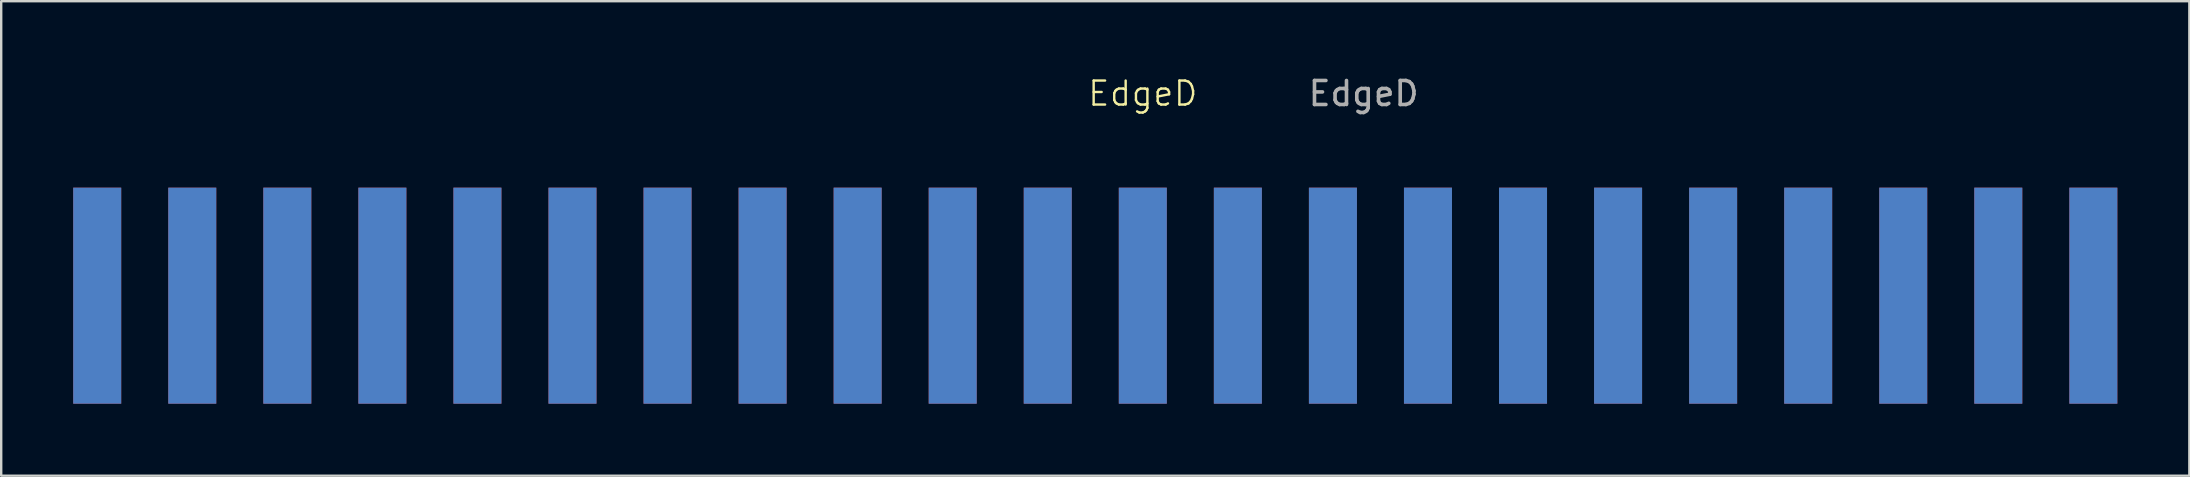
<source format=kicad_pcb>
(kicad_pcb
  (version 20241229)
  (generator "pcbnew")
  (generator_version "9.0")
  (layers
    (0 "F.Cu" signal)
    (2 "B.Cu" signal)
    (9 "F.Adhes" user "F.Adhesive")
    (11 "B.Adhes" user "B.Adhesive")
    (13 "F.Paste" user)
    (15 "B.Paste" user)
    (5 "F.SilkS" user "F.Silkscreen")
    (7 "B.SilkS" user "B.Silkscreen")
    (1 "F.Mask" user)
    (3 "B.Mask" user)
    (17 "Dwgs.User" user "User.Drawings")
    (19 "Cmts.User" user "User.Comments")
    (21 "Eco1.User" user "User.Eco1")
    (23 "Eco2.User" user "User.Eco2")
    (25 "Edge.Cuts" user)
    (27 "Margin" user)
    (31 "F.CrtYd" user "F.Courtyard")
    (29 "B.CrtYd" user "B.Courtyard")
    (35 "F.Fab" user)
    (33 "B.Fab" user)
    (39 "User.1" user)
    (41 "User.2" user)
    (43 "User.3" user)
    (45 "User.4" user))
  (footprint "EdgeD"
    (layer "F.Cu")
    (at 44.56 1.348)
    (property "Reference" "EdgeD" (at 0 -0.5 0) (unlocked yes) (layer "F.SilkS") (effects (font (size 1 1) (thickness 0.1))))
    (attr smd)
    (fp_text user "${REFERENCE}" (at 9.2 -0.5 0) (unlocked yes) (layer "F.Fab") (effects (font (size 1 1) (thickness 0.15))))
    (pad "1" smd rect (at -43.56 7.92) (size 2 9) (layers "F.Cu" "F.Mask" "F.Paste"))
    (pad "2" smd rect (at -39.6 7.92) (size 2 9) (layers "F.Cu" "F.Mask" "F.Paste"))
    (pad "3" smd rect (at -35.64 7.92) (size 2 9) (layers "F.Cu" "F.Mask" "F.Paste"))
    (pad "4" smd rect (at -31.68 7.92) (size 2 9) (layers "F.Cu" "F.Mask" "F.Paste"))
    (pad "5" smd rect (at -27.72 7.92) (size 2 9) (layers "F.Cu" "F.Mask" "F.Paste"))
    (pad "6" smd rect (at -23.76 7.92) (size 2 9) (layers "F.Cu" "F.Mask" "F.Paste"))
    (pad "7" smd rect (at -19.8 7.92) (size 2 9) (layers "F.Cu" "F.Mask" "F.Paste"))
    (pad "8" smd rect (at -15.84 7.92) (size 2 9) (layers "F.Cu" "F.Mask" "F.Paste"))
    (pad "9" smd rect (at -11.88 7.92) (size 2 9) (layers "F.Cu" "F.Mask" "F.Paste"))
    (pad "10" smd rect (at -7.92 7.92) (size 2 9) (layers "F.Cu" "F.Mask" "F.Paste"))
    (pad "11" smd rect (at -3.96 7.92) (size 2 9) (layers "F.Cu" "F.Mask" "F.Paste"))
    (pad "12" smd rect (at 0 7.92) (size 2 9) (layers "F.Cu" "F.Mask" "F.Paste"))
    (pad "13" smd rect (at 3.96 7.92) (size 2 9) (layers "F.Cu" "F.Mask" "F.Paste"))
    (pad "14" smd rect (at 7.92 7.92) (size 2 9) (layers "F.Cu" "F.Mask" "F.Paste"))
    (pad "15" smd rect (at 11.88 7.92) (size 2 9) (layers "F.Cu" "F.Mask" "F.Paste"))
    (pad "16" smd rect (at 15.84 7.92) (size 2 9) (layers "F.Cu" "F.Mask" "F.Paste"))
    (pad "17" smd rect (at 19.8 7.92) (size 2 9) (layers "F.Cu" "F.Mask" "F.Paste"))
    (pad "18" smd rect (at 23.76 7.92) (size 2 9) (layers "F.Cu" "F.Mask" "F.Paste"))
    (pad "19" smd rect (at 27.72 7.92) (size 2 9) (layers "F.Cu" "F.Mask" "F.Paste"))
    (pad "20" smd rect (at 31.68 7.92) (size 2 9) (layers "F.Cu" "F.Mask" "F.Paste"))
    (pad "21" smd rect (at 35.64 7.92) (size 2 9) (layers "F.Cu" "F.Mask" "F.Paste"))
    (pad "22" smd rect (at 39.6 7.92) (size 2 9) (layers "F.Cu" "F.Mask" "F.Paste"))
    (pad "23" smd rect (at -43.56 7.92) (size 2 9) (layers "B.Cu" "B.Mask" "B.Paste"))
    (pad "24" smd rect (at -39.6 7.92) (size 2 9) (layers "B.Cu" "B.Mask" "B.Paste"))
    (pad "25" smd rect (at -35.64 7.92) (size 2 9) (layers "B.Cu" "B.Mask" "B.Paste"))
    (pad "26" smd rect (at -31.68 7.92) (size 2 9) (layers "B.Cu" "B.Mask" "B.Paste"))
    (pad "27" smd rect (at -27.72 7.92) (size 2 9) (layers "B.Cu" "B.Mask" "B.Paste"))
    (pad "28" smd rect (at -23.76 7.92) (size 2 9) (layers "B.Cu" "B.Mask" "B.Paste"))
    (pad "29" smd rect (at -19.8 7.92) (size 2 9) (layers "B.Cu" "B.Mask" "B.Paste"))
    (pad "30" smd rect (at -15.84 7.92) (size 2 9) (layers "B.Cu" "B.Mask" "B.Paste"))
    (pad "31" smd rect (at -11.88 7.92) (size 2 9) (layers "B.Cu" "B.Mask" "B.Paste"))
    (pad "32" smd rect (at -7.92 7.92) (size 2 9) (layers "B.Cu" "B.Mask" "B.Paste"))
    (pad "33" smd rect (at -3.96 7.92) (size 2 9) (layers "B.Cu" "B.Mask" "B.Paste"))
    (pad "34" smd rect (at 0 7.92) (size 2 9) (layers "B.Cu" "B.Mask" "B.Paste"))
    (pad "35" smd rect (at 3.96 7.92) (size 2 9) (layers "B.Cu" "B.Mask" "B.Paste"))
    (pad "36" smd rect (at 7.92 7.92) (size 2 9) (layers "B.Cu" "B.Mask" "B.Paste"))
    (pad "37" smd rect (at 11.88 7.92) (size 2 9) (layers "B.Cu" "B.Mask" "B.Paste"))
    (pad "38" smd rect (at 15.84 7.92) (size 2 9) (layers "B.Cu" "B.Mask" "B.Paste"))
    (pad "39" smd rect (at 19.8 7.92) (size 2 9) (layers "B.Cu" "B.Mask" "B.Paste"))
    (pad "40" smd rect (at 23.76 7.92) (size 2 9) (layers "B.Cu" "B.Mask" "B.Paste"))
    (pad "41" smd rect (at 27.72 7.92) (size 2 9) (layers "B.Cu" "B.Mask" "B.Paste"))
    (pad "42" smd rect (at 31.68 7.92) (size 2 9) (layers "B.Cu" "B.Mask" "B.Paste"))
    (pad "43" smd rect (at 35.64 7.92) (size 2 9) (layers "B.Cu" "B.Mask" "B.Paste"))
    (pad "44" smd rect (at 39.6 7.92) (size 2 9) (layers "B.Cu" "B.Mask" "B.Paste")))
  (gr_rect
    (start -3 -3)
    (end 88.16 16.768)
    (stroke (width 0.1) (type default))
    (fill no)
    (layer "Edge.Cuts")))
</source>
